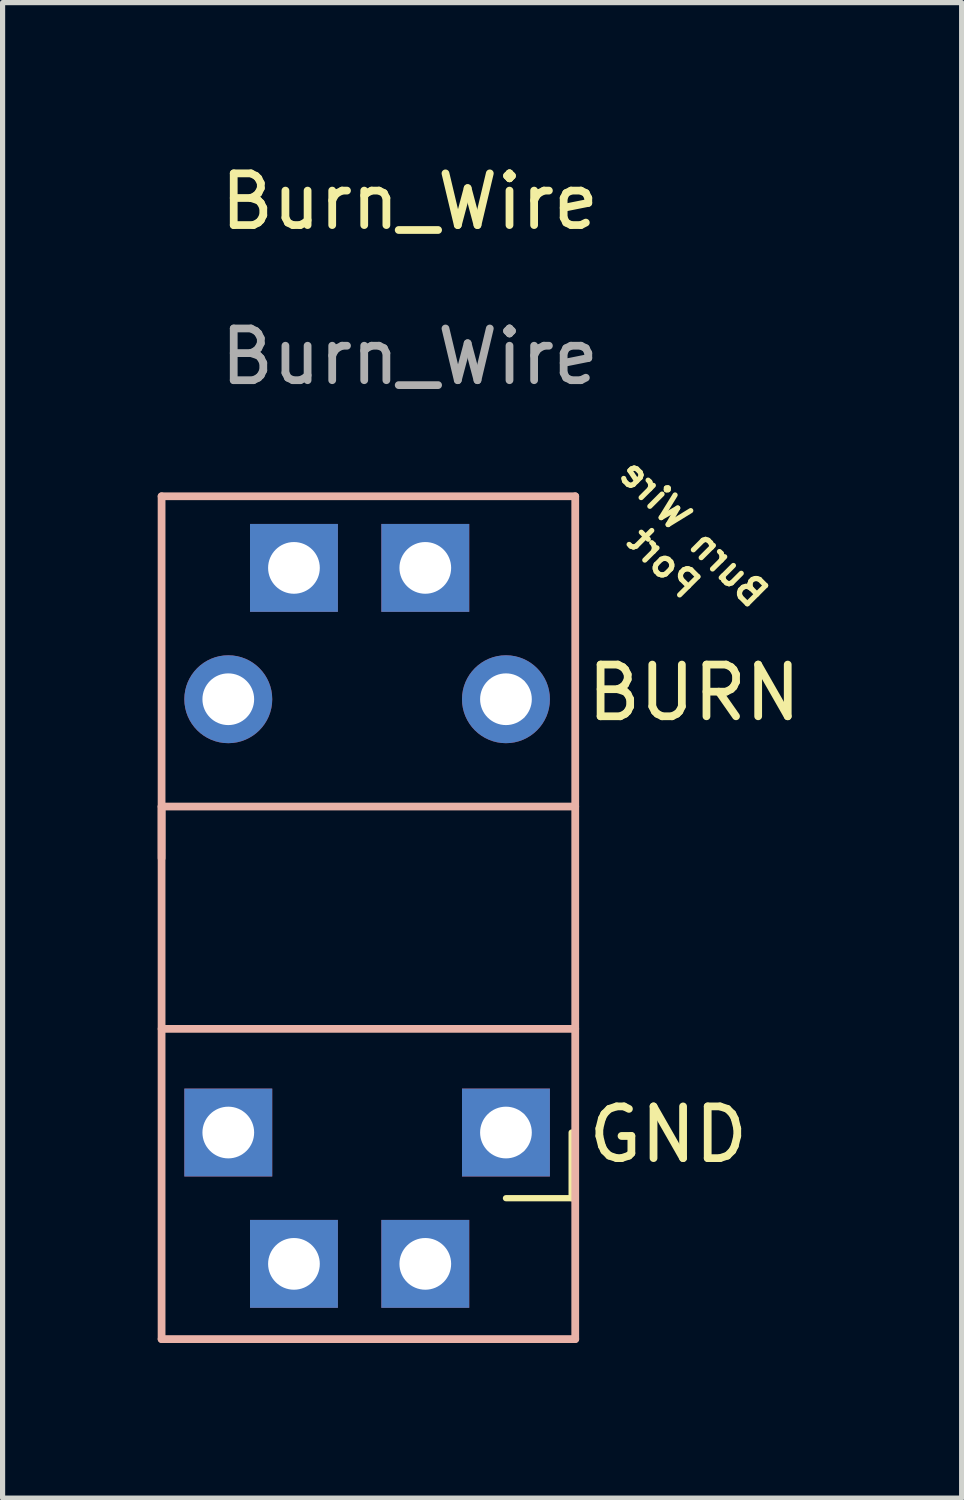
<source format=kicad_pcb>
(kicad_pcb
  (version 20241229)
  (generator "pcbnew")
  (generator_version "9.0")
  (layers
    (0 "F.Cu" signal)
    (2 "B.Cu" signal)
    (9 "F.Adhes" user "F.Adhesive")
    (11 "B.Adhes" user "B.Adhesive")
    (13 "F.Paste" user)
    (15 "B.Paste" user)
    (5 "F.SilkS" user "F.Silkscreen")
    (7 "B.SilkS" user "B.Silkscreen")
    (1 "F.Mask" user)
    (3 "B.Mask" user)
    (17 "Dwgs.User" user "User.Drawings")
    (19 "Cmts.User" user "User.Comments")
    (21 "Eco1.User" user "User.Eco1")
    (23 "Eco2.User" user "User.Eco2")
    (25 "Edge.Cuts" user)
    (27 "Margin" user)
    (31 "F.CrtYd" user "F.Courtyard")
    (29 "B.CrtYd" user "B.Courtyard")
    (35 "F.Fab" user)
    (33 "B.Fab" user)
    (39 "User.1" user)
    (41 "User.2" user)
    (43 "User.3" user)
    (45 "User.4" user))
  (footprint "Burn_Wire"
    (layer "F.Cu")
    (at 4.875 1.348)
    (property "Reference" "Burn_Wire" (at 0 -0.5 0) (unlocked yes) (layer "F.SilkS") (effects (font (size 1 1) (thickness 0.15))))
    (attr smd)
    (fp_line (start 3.13 17.505) (end 3.13 18.775) (stroke (width 0.12) (type solid)) (layer "F.SilkS"))
    (fp_line (start 3.13 18.775) (end 1.86 18.775) (stroke (width 0.12) (type solid)) (layer "F.SilkS"))
    (fp_line (start -4.8 5.2) (end 3.2 5.2) (stroke (width 0.15) (type solid)) (layer "B.SilkS"))
    (fp_line (start -4.8 11.2) (end -4.8 12.2) (stroke (width 0.15) (type solid)) (layer "B.SilkS"))
    (fp_line (start -4.8 15.5) (end 3.2 15.5) (stroke (width 0.15) (type solid)) (layer "B.SilkS"))
    (fp_line (start -4.8 21.5) (end -4.8 5.2) (stroke (width 0.15) (type solid)) (layer "B.SilkS"))
    (fp_line (start 3.2 5.2) (end 3.2 21.5) (stroke (width 0.15) (type solid)) (layer "B.SilkS"))
    (fp_line (start 3.2 11.2) (end -4.8 11.2) (stroke (width 0.15) (type solid)) (layer "B.SilkS"))
    (fp_line (start 3.2 21.5) (end -4.8 21.5) (stroke (width 0.15) (type solid)) (layer "B.SilkS"))
    (fp_line (start 2.18 9.445) (end 2.18 8.805) (stroke (width 0.1) (type solid)) (layer "F.Fab"))
    (fp_line (start 2.18 17.825) (end 2.18 17.185) (stroke (width 0.1) (type solid)) (layer "F.Fab"))
    (fp_text user "Burn Wire\nPort" (at 5.2 6.2 315) (unlocked yes) (layer "F.SilkS") (effects (font (size 0.5 0.5) (thickness 0.1)) (justify mirror)))
    (fp_text user "BURN" (at 5.5 9 0) (layer "F.SilkS") (effects (font (size 1 1) (thickness 0.15))))
    (fp_text user "GND" (at 5 17.545 0) (layer "F.SilkS") (effects (font (size 1 1) (thickness 0.15))))
    (fp_text user "${REFERENCE}" (at 0 2.5 0) (unlocked yes) (layer "F.Fab") (effects (font (size 1 1) (thickness 0.15))))
    (pad "1" thru_hole oval (at -3.51 9.125 180) (size 1.7 1.7) (drill 1) (layers "*.Cu" "*.Mask"))
    (pad "1" thru_hole rect (at -2.24 6.585 180) (size 1.7 1.7) (drill 1) (layers "*.Cu" "*.Mask"))
    (pad "1" thru_hole rect (at 0.3 6.585 180) (size 1.7 1.7) (drill 1) (layers "*.Cu" "*.Mask"))
    (pad "1" thru_hole oval (at 1.86 9.125 180) (size 1.7 1.7) (drill 1) (layers "*.Cu" "*.Mask"))
    (pad "2" thru_hole rect (at -3.51 17.505 180) (size 1.7 1.7) (drill 1) (layers "*.Cu" "*.Mask"))
    (pad "2" thru_hole rect (at -2.24 20.045 180) (size 1.7 1.7) (drill 1) (layers "*.Cu" "*.Mask"))
    (pad "2" thru_hole rect (at 0.3 20.045 180) (size 1.7 1.7) (drill 1) (layers "*.Cu" "*.Mask"))
    (pad "2" thru_hole rect (at 1.86 17.505 180) (size 1.7 1.7) (drill 1) (layers "*.Cu" "*.Mask")))
  (gr_rect
    (start -3 -3)
    (end 15.548 25.923)
    (stroke (width 0.1) (type default))
    (fill no)
    (layer "Edge.Cuts")))
</source>
